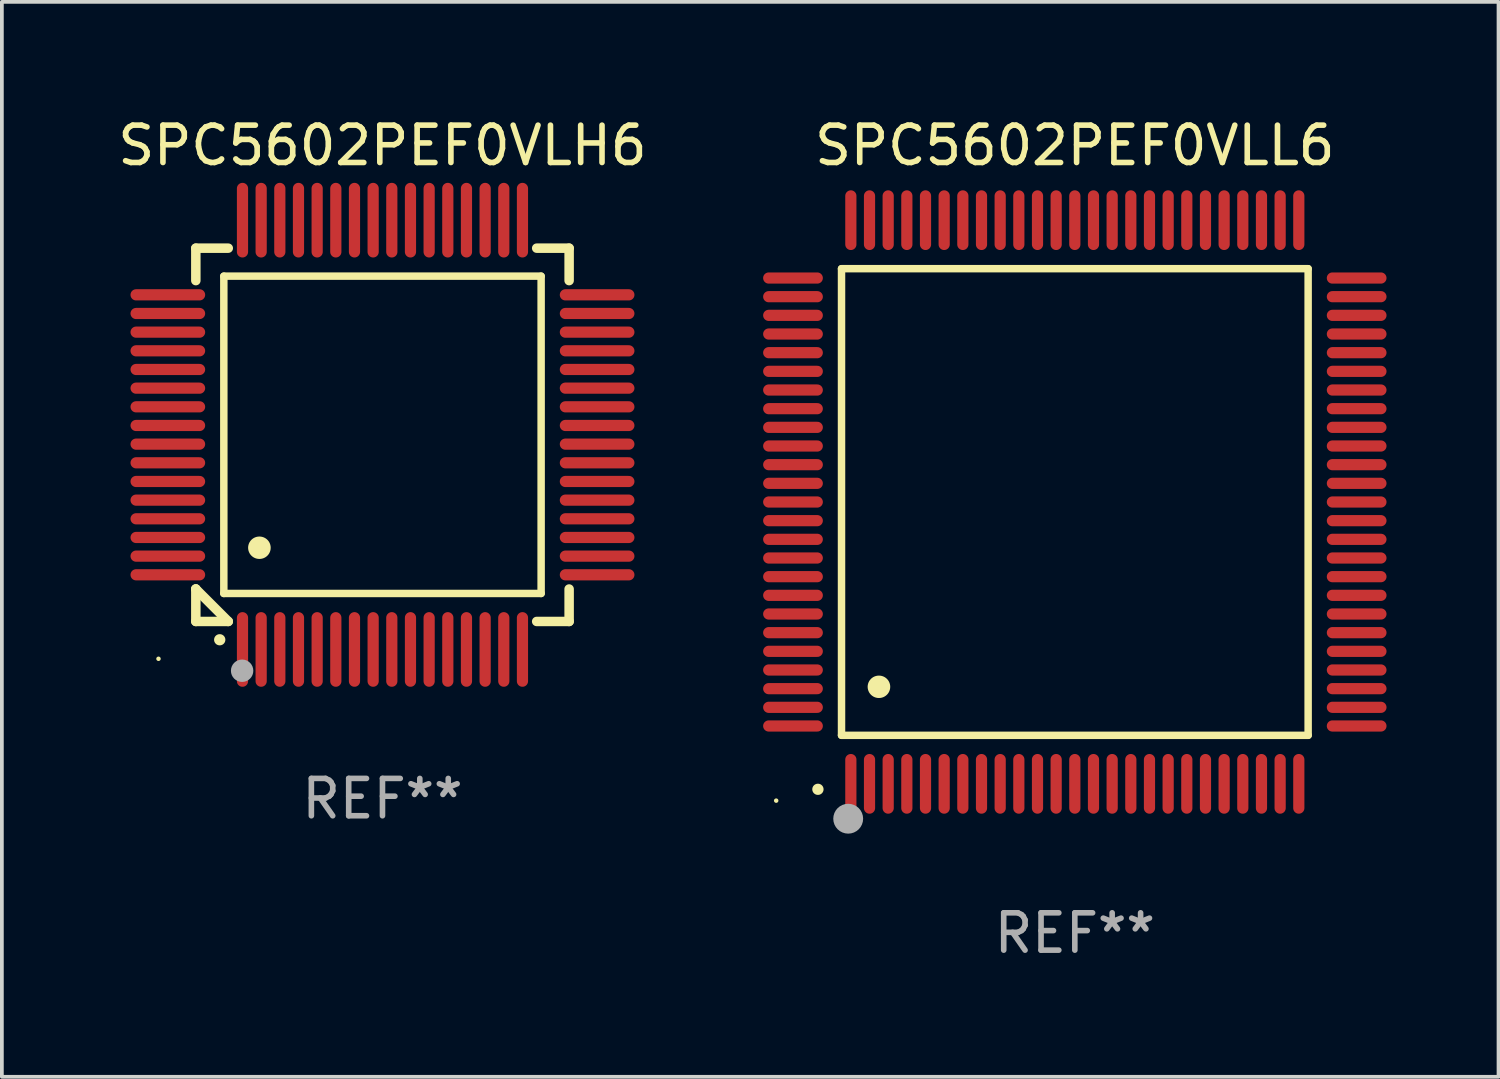
<source format=kicad_pcb>
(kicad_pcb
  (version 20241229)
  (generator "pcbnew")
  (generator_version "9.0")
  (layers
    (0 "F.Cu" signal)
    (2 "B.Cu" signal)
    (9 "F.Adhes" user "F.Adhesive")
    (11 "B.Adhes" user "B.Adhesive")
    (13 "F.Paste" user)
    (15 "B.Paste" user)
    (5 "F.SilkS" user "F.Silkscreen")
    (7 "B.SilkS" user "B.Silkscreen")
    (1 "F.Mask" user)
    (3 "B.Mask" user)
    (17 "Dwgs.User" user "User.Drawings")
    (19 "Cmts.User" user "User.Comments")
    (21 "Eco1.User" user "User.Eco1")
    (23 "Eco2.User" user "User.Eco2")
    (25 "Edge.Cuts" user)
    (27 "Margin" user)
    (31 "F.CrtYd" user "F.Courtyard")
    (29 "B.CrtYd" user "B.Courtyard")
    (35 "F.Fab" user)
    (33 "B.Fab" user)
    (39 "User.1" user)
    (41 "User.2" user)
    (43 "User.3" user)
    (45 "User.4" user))
  (footprint "SPC5602PEF0VLH6"
    (layer "F.Cu")
    (at 7.196 8.598)
    (property "Reference" "SPC5602PEF0VLH6" (at 0 -7.75 0) (layer "F.SilkS") (effects (font (size 1 1) (thickness 0.15))))
    (attr through_hole)
    (fp_line (start -5 -5) (end -4.131 -5) (stroke (width 0.254) (type solid)) (layer "F.SilkS"))
    (fp_line (start -5 -4.131) (end -5 -5) (stroke (width 0.254) (type solid)) (layer "F.SilkS"))
    (fp_line (start -5 4.131) (end -5 4.131) (stroke (width 0.254) (type solid)) (layer "F.SilkS"))
    (fp_line (start -5 5) (end -5 4.131) (stroke (width 0.254) (type solid)) (layer "F.SilkS"))
    (fp_line (start -5 4.131) (end -4.131 5) (stroke (width 0.254) (type solid)) (layer "F.SilkS"))
    (fp_line (start -4.25 -4.25) (end -4.25 4.25) (stroke (width 0.2) (type solid)) (layer "F.SilkS"))
    (fp_line (start -4.25 4.25) (end 4.25 4.25) (stroke (width 0.2) (type solid)) (layer "F.SilkS"))
    (fp_line (start -4.131 5) (end -5 5) (stroke (width 0.254) (type solid)) (layer "F.SilkS"))
    (fp_line (start 4.25 -4.25) (end -4.25 -4.25) (stroke (width 0.2) (type solid)) (layer "F.SilkS"))
    (fp_line (start 4.25 4.25) (end 4.25 -4.25) (stroke (width 0.2) (type solid)) (layer "F.SilkS"))
    (fp_line (start 5 -5) (end 4.131 -5) (stroke (width 0.254) (type solid)) (layer "F.SilkS"))
    (fp_line (start 5 -5) (end 5 -4.131) (stroke (width 0.254) (type solid)) (layer "F.SilkS"))
    (fp_line (start 5 4.131) (end 5 5) (stroke (width 0.254) (type solid)) (layer "F.SilkS"))
    (fp_line (start 5 5) (end 4.131 5) (stroke (width 0.254) (type solid)) (layer "F.SilkS"))
    (fp_arc (start -4.361265 5.489992) (mid -4.359995 5.489987) (end -4.358725 5.489992) (stroke (width 0.3) (type solid)) (layer "F.SilkS"))
    (fp_arc (start -3.299467 3.025146) (mid -3.296927 3.025135) (end -3.294387 3.025146) (stroke (width 0.6) (type solid)) (layer "F.SilkS"))
    (fp_circle (center -6 6) (end -5.97 6) (stroke (width 0.06) (type solid)) (fill no) (layer "F.SilkS"))
    (fp_circle (center -3.76 6.32) (end -3.61 6.32) (stroke (width 0.3) (type solid)) (fill no) (layer "F.Fab"))
    (fp_text user "REF**" (at 0 9.75 0) (layer "F.Fab") (effects (font (size 1 1) (thickness 0.15))))
    (pad "1" smd oval (at -3.75 5.75) (size 0.3 2) (layers "F.Cu" "F.Mask" "F.Paste"))
    (pad "2" smd oval (at -3.25 5.75) (size 0.3 2) (layers "F.Cu" "F.Mask" "F.Paste"))
    (pad "3" smd oval (at -2.75 5.75) (size 0.3 2) (layers "F.Cu" "F.Mask" "F.Paste"))
    (pad "4" smd oval (at -2.25 5.75) (size 0.3 2) (layers "F.Cu" "F.Mask" "F.Paste"))
    (pad "5" smd oval (at -1.75 5.75) (size 0.3 2) (layers "F.Cu" "F.Mask" "F.Paste"))
    (pad "6" smd oval (at -1.25 5.75) (size 0.3 2) (layers "F.Cu" "F.Mask" "F.Paste"))
    (pad "7" smd oval (at -0.75 5.75) (size 0.3 2) (layers "F.Cu" "F.Mask" "F.Paste"))
    (pad "8" smd oval (at -0.25 5.75) (size 0.3 2) (layers "F.Cu" "F.Mask" "F.Paste"))
    (pad "9" smd oval (at 0.25 5.75) (size 0.3 2) (layers "F.Cu" "F.Mask" "F.Paste"))
    (pad "10" smd oval (at 0.75 5.75) (size 0.3 2) (layers "F.Cu" "F.Mask" "F.Paste"))
    (pad "11" smd oval (at 1.25 5.75) (size 0.3 2) (layers "F.Cu" "F.Mask" "F.Paste"))
    (pad "12" smd oval (at 1.75 5.75) (size 0.3 2) (layers "F.Cu" "F.Mask" "F.Paste"))
    (pad "13" smd oval (at 2.25 5.75) (size 0.3 2) (layers "F.Cu" "F.Mask" "F.Paste"))
    (pad "14" smd oval (at 2.75 5.75) (size 0.3 2) (layers "F.Cu" "F.Mask" "F.Paste"))
    (pad "15" smd oval (at 3.25 5.75) (size 0.3 2) (layers "F.Cu" "F.Mask" "F.Paste"))
    (pad "16" smd oval (at 3.75 5.75) (size 0.3 2) (layers "F.Cu" "F.Mask" "F.Paste"))
    (pad "17" smd oval (at 5.75 3.75) (size 2 0.3) (layers "F.Cu" "F.Mask" "F.Paste"))
    (pad "18" smd oval (at 5.75 3.25) (size 2 0.3) (layers "F.Cu" "F.Mask" "F.Paste"))
    (pad "19" smd oval (at 5.75 2.75) (size 2 0.3) (layers "F.Cu" "F.Mask" "F.Paste"))
    (pad "20" smd oval (at 5.75 2.25) (size 2 0.3) (layers "F.Cu" "F.Mask" "F.Paste"))
    (pad "21" smd oval (at 5.75 1.75) (size 2 0.3) (layers "F.Cu" "F.Mask" "F.Paste"))
    (pad "22" smd oval (at 5.75 1.25) (size 2 0.3) (layers "F.Cu" "F.Mask" "F.Paste"))
    (pad "23" smd oval (at 5.75 0.75) (size 2 0.3) (layers "F.Cu" "F.Mask" "F.Paste"))
    (pad "24" smd oval (at 5.75 0.25) (size 2 0.3) (layers "F.Cu" "F.Mask" "F.Paste"))
    (pad "25" smd oval (at 5.75 -0.25) (size 2 0.3) (layers "F.Cu" "F.Mask" "F.Paste"))
    (pad "26" smd oval (at 5.75 -0.75) (size 2 0.3) (layers "F.Cu" "F.Mask" "F.Paste"))
    (pad "27" smd oval (at 5.75 -1.25) (size 2 0.3) (layers "F.Cu" "F.Mask" "F.Paste"))
    (pad "28" smd oval (at 5.75 -1.75) (size 2 0.3) (layers "F.Cu" "F.Mask" "F.Paste"))
    (pad "29" smd oval (at 5.75 -2.25) (size 2 0.3) (layers "F.Cu" "F.Mask" "F.Paste"))
    (pad "30" smd oval (at 5.75 -2.75) (size 2 0.3) (layers "F.Cu" "F.Mask" "F.Paste"))
    (pad "31" smd oval (at 5.75 -3.25) (size 2 0.3) (layers "F.Cu" "F.Mask" "F.Paste"))
    (pad "32" smd oval (at 5.75 -3.75) (size 2 0.3) (layers "F.Cu" "F.Mask" "F.Paste"))
    (pad "33" smd oval (at 3.75 -5.75) (size 0.3 2) (layers "F.Cu" "F.Mask" "F.Paste"))
    (pad "34" smd oval (at 3.25 -5.75) (size 0.3 2) (layers "F.Cu" "F.Mask" "F.Paste"))
    (pad "35" smd oval (at 2.75 -5.75) (size 0.3 2) (layers "F.Cu" "F.Mask" "F.Paste"))
    (pad "36" smd oval (at 2.25 -5.75) (size 0.3 2) (layers "F.Cu" "F.Mask" "F.Paste"))
    (pad "37" smd oval (at 1.75 -5.75) (size 0.3 2) (layers "F.Cu" "F.Mask" "F.Paste"))
    (pad "38" smd oval (at 1.25 -5.75) (size 0.3 2) (layers "F.Cu" "F.Mask" "F.Paste"))
    (pad "39" smd oval (at 0.75 -5.75) (size 0.3 2) (layers "F.Cu" "F.Mask" "F.Paste"))
    (pad "40" smd oval (at 0.25 -5.75) (size 0.3 2) (layers "F.Cu" "F.Mask" "F.Paste"))
    (pad "41" smd oval (at -0.25 -5.75) (size 0.3 2) (layers "F.Cu" "F.Mask" "F.Paste"))
    (pad "42" smd oval (at -0.75 -5.75) (size 0.3 2) (layers "F.Cu" "F.Mask" "F.Paste"))
    (pad "43" smd oval (at -1.25 -5.75) (size 0.3 2) (layers "F.Cu" "F.Mask" "F.Paste"))
    (pad "44" smd oval (at -1.75 -5.75) (size 0.3 2) (layers "F.Cu" "F.Mask" "F.Paste"))
    (pad "45" smd oval (at -2.25 -5.75) (size 0.3 2) (layers "F.Cu" "F.Mask" "F.Paste"))
    (pad "46" smd oval (at -2.75 -5.75) (size 0.3 2) (layers "F.Cu" "F.Mask" "F.Paste"))
    (pad "47" smd oval (at -3.25 -5.75) (size 0.3 2) (layers "F.Cu" "F.Mask" "F.Paste"))
    (pad "48" smd oval (at -3.75 -5.75) (size 0.3 2) (layers "F.Cu" "F.Mask" "F.Paste"))
    (pad "49" smd oval (at -5.75 -3.75) (size 2 0.3) (layers "F.Cu" "F.Mask" "F.Paste"))
    (pad "50" smd oval (at -5.75 -3.25) (size 2 0.3) (layers "F.Cu" "F.Mask" "F.Paste"))
    (pad "51" smd oval (at -5.75 -2.75) (size 2 0.3) (layers "F.Cu" "F.Mask" "F.Paste"))
    (pad "52" smd oval (at -5.75 -2.25) (size 2 0.3) (layers "F.Cu" "F.Mask" "F.Paste"))
    (pad "53" smd oval (at -5.75 -1.75) (size 2 0.3) (layers "F.Cu" "F.Mask" "F.Paste"))
    (pad "54" smd oval (at -5.75 -1.25) (size 2 0.3) (layers "F.Cu" "F.Mask" "F.Paste"))
    (pad "55" smd oval (at -5.75 -0.75) (size 2 0.3) (layers "F.Cu" "F.Mask" "F.Paste"))
    (pad "56" smd oval (at -5.75 -0.25) (size 2 0.3) (layers "F.Cu" "F.Mask" "F.Paste"))
    (pad "57" smd oval (at -5.75 0.25) (size 2 0.3) (layers "F.Cu" "F.Mask" "F.Paste"))
    (pad "58" smd oval (at -5.75 0.75) (size 2 0.3) (layers "F.Cu" "F.Mask" "F.Paste"))
    (pad "59" smd oval (at -5.75 1.25) (size 2 0.3) (layers "F.Cu" "F.Mask" "F.Paste"))
    (pad "60" smd oval (at -5.75 1.75) (size 2 0.3) (layers "F.Cu" "F.Mask" "F.Paste"))
    (pad "61" smd oval (at -5.75 2.25) (size 2 0.3) (layers "F.Cu" "F.Mask" "F.Paste"))
    (pad "62" smd oval (at -5.75 2.75) (size 2 0.3) (layers "F.Cu" "F.Mask" "F.Paste"))
    (pad "63" smd oval (at -5.75 3.25) (size 2 0.3) (layers "F.Cu" "F.Mask" "F.Paste"))
    (pad "64" smd oval (at -5.75 3.75) (size 2 0.3) (layers "F.Cu" "F.Mask" "F.Paste")))
  (footprint "SPC5602PEF0VLL6"
    (layer "F.Cu")
    (at 25.743 10.398)
    (property "Reference" "SPC5602PEF0VLL6" (at 0 -9.55 0) (layer "F.SilkS") (effects (font (size 1 1) (thickness 0.15))))
    (attr through_hole)
    (fp_line (start -6.25 -6.25) (end -6.25 6.25) (stroke (width 0.2) (type solid)) (layer "F.SilkS"))
    (fp_line (start -6.25 6.25) (end 6.25 6.25) (stroke (width 0.2) (type solid)) (layer "F.SilkS"))
    (fp_line (start 6.25 -6.25) (end -6.25 -6.25) (stroke (width 0.2) (type solid)) (layer "F.SilkS"))
    (fp_line (start 6.25 6.25) (end 6.25 -6.25) (stroke (width 0.2) (type solid)) (layer "F.SilkS"))
    (fp_arc (start -6.883414 7.696215) (mid -6.882144 7.69621) (end -6.880874 7.696215) (stroke (width 0.3) (type solid)) (layer "F.SilkS"))
    (fp_arc (start -5.250191 4.95047) (mid -5.247651 4.950459) (end -5.245111 4.95047) (stroke (width 0.6) (type solid)) (layer "F.SilkS"))
    (fp_circle (center -8 8) (end -7.97 8) (stroke (width 0.06) (type solid)) (fill no) (layer "F.SilkS"))
    (fp_circle (center -6.071 8.484) (end -5.871 8.484) (stroke (width 0.4) (type solid)) (fill no) (layer "F.Fab"))
    (fp_text user "REF**" (at 0 11.55 0) (layer "F.Fab") (effects (font (size 1 1) (thickness 0.15))))
    (pad "1" smd oval (at -6 7.55) (size 0.3 1.6) (layers "F.Cu" "F.Mask" "F.Paste"))
    (pad "2" smd oval (at -5.5 7.55) (size 0.3 1.6) (layers "F.Cu" "F.Mask" "F.Paste"))
    (pad "3" smd oval (at -5 7.55) (size 0.3 1.6) (layers "F.Cu" "F.Mask" "F.Paste"))
    (pad "4" smd oval (at -4.5 7.55) (size 0.3 1.6) (layers "F.Cu" "F.Mask" "F.Paste"))
    (pad "5" smd oval (at -4 7.55) (size 0.3 1.6) (layers "F.Cu" "F.Mask" "F.Paste"))
    (pad "6" smd oval (at -3.5 7.55) (size 0.3 1.6) (layers "F.Cu" "F.Mask" "F.Paste"))
    (pad "7" smd oval (at -3 7.55) (size 0.3 1.6) (layers "F.Cu" "F.Mask" "F.Paste"))
    (pad "8" smd oval (at -2.5 7.55) (size 0.3 1.6) (layers "F.Cu" "F.Mask" "F.Paste"))
    (pad "9" smd oval (at -2 7.55) (size 0.3 1.6) (layers "F.Cu" "F.Mask" "F.Paste"))
    (pad "10" smd oval (at -1.5 7.55) (size 0.3 1.6) (layers "F.Cu" "F.Mask" "F.Paste"))
    (pad "11" smd oval (at -1 7.55) (size 0.3 1.6) (layers "F.Cu" "F.Mask" "F.Paste"))
    (pad "12" smd oval (at -0.5 7.55) (size 0.3 1.6) (layers "F.Cu" "F.Mask" "F.Paste"))
    (pad "13" smd oval (at 0 7.55) (size 0.3 1.6) (layers "F.Cu" "F.Mask" "F.Paste"))
    (pad "14" smd oval (at 0.5 7.55) (size 0.3 1.6) (layers "F.Cu" "F.Mask" "F.Paste"))
    (pad "15" smd oval (at 1 7.55) (size 0.3 1.6) (layers "F.Cu" "F.Mask" "F.Paste"))
    (pad "16" smd oval (at 1.5 7.55) (size 0.3 1.6) (layers "F.Cu" "F.Mask" "F.Paste"))
    (pad "17" smd oval (at 2 7.55) (size 0.3 1.6) (layers "F.Cu" "F.Mask" "F.Paste"))
    (pad "18" smd oval (at 2.5 7.55) (size 0.3 1.6) (layers "F.Cu" "F.Mask" "F.Paste"))
    (pad "19" smd oval (at 3 7.55) (size 0.3 1.6) (layers "F.Cu" "F.Mask" "F.Paste"))
    (pad "20" smd oval (at 3.5 7.55) (size 0.3 1.6) (layers "F.Cu" "F.Mask" "F.Paste"))
    (pad "21" smd oval (at 4 7.55) (size 0.3 1.6) (layers "F.Cu" "F.Mask" "F.Paste"))
    (pad "22" smd oval (at 4.5 7.55) (size 0.3 1.6) (layers "F.Cu" "F.Mask" "F.Paste"))
    (pad "23" smd oval (at 5 7.55) (size 0.3 1.6) (layers "F.Cu" "F.Mask" "F.Paste"))
    (pad "24" smd oval (at 5.5 7.55) (size 0.3 1.6) (layers "F.Cu" "F.Mask" "F.Paste"))
    (pad "25" smd oval (at 6 7.55) (size 0.3 1.6) (layers "F.Cu" "F.Mask" "F.Paste"))
    (pad "26" smd oval (at 7.55 6) (size 1.6 0.3) (layers "F.Cu" "F.Mask" "F.Paste"))
    (pad "27" smd oval (at 7.55 5.5) (size 1.6 0.3) (layers "F.Cu" "F.Mask" "F.Paste"))
    (pad "28" smd oval (at 7.55 5) (size 1.6 0.3) (layers "F.Cu" "F.Mask" "F.Paste"))
    (pad "29" smd oval (at 7.55 4.5) (size 1.6 0.3) (layers "F.Cu" "F.Mask" "F.Paste"))
    (pad "30" smd oval (at 7.55 4) (size 1.6 0.3) (layers "F.Cu" "F.Mask" "F.Paste"))
    (pad "31" smd oval (at 7.55 3.5) (size 1.6 0.3) (layers "F.Cu" "F.Mask" "F.Paste"))
    (pad "32" smd oval (at 7.55 3) (size 1.6 0.3) (layers "F.Cu" "F.Mask" "F.Paste"))
    (pad "33" smd oval (at 7.55 2.5) (size 1.6 0.3) (layers "F.Cu" "F.Mask" "F.Paste"))
    (pad "34" smd oval (at 7.55 2) (size 1.6 0.3) (layers "F.Cu" "F.Mask" "F.Paste"))
    (pad "35" smd oval (at 7.55 1.5) (size 1.6 0.3) (layers "F.Cu" "F.Mask" "F.Paste"))
    (pad "36" smd oval (at 7.55 1) (size 1.6 0.3) (layers "F.Cu" "F.Mask" "F.Paste"))
    (pad "37" smd oval (at 7.55 0.5) (size 1.6 0.3) (layers "F.Cu" "F.Mask" "F.Paste"))
    (pad "38" smd oval (at 7.55 0) (size 1.6 0.3) (layers "F.Cu" "F.Mask" "F.Paste"))
    (pad "39" smd oval (at 7.55 -0.5) (size 1.6 0.3) (layers "F.Cu" "F.Mask" "F.Paste"))
    (pad "40" smd oval (at 7.55 -1) (size 1.6 0.3) (layers "F.Cu" "F.Mask" "F.Paste"))
    (pad "41" smd oval (at 7.55 -1.5) (size 1.6 0.3) (layers "F.Cu" "F.Mask" "F.Paste"))
    (pad "42" smd oval (at 7.55 -2) (size 1.6 0.3) (layers "F.Cu" "F.Mask" "F.Paste"))
    (pad "43" smd oval (at 7.55 -2.5) (size 1.6 0.3) (layers "F.Cu" "F.Mask" "F.Paste"))
    (pad "44" smd oval (at 7.55 -3) (size 1.6 0.3) (layers "F.Cu" "F.Mask" "F.Paste"))
    (pad "45" smd oval (at 7.55 -3.5) (size 1.6 0.3) (layers "F.Cu" "F.Mask" "F.Paste"))
    (pad "46" smd oval (at 7.55 -4) (size 1.6 0.3) (layers "F.Cu" "F.Mask" "F.Paste"))
    (pad "47" smd oval (at 7.55 -4.5) (size 1.6 0.3) (layers "F.Cu" "F.Mask" "F.Paste"))
    (pad "48" smd oval (at 7.55 -5) (size 1.6 0.3) (layers "F.Cu" "F.Mask" "F.Paste"))
    (pad "49" smd oval (at 7.55 -5.5) (size 1.6 0.3) (layers "F.Cu" "F.Mask" "F.Paste"))
    (pad "50" smd oval (at 7.55 -6) (size 1.6 0.3) (layers "F.Cu" "F.Mask" "F.Paste"))
    (pad "51" smd oval (at 6 -7.55) (size 0.3 1.6) (layers "F.Cu" "F.Mask" "F.Paste"))
    (pad "52" smd oval (at 5.5 -7.55) (size 0.3 1.6) (layers "F.Cu" "F.Mask" "F.Paste"))
    (pad "53" smd oval (at 5 -7.55) (size 0.3 1.6) (layers "F.Cu" "F.Mask" "F.Paste"))
    (pad "54" smd oval (at 4.5 -7.55) (size 0.3 1.6) (layers "F.Cu" "F.Mask" "F.Paste"))
    (pad "55" smd oval (at 4 -7.55) (size 0.3 1.6) (layers "F.Cu" "F.Mask" "F.Paste"))
    (pad "56" smd oval (at 3.5 -7.55) (size 0.3 1.6) (layers "F.Cu" "F.Mask" "F.Paste"))
    (pad "57" smd oval (at 3 -7.55) (size 0.3 1.6) (layers "F.Cu" "F.Mask" "F.Paste"))
    (pad "58" smd oval (at 2.5 -7.55) (size 0.3 1.6) (layers "F.Cu" "F.Mask" "F.Paste"))
    (pad "59" smd oval (at 2 -7.55) (size 0.3 1.6) (layers "F.Cu" "F.Mask" "F.Paste"))
    (pad "60" smd oval (at 1.5 -7.55) (size 0.3 1.6) (layers "F.Cu" "F.Mask" "F.Paste"))
    (pad "61" smd oval (at 1 -7.55) (size 0.3 1.6) (layers "F.Cu" "F.Mask" "F.Paste"))
    (pad "62" smd oval (at 0.5 -7.55) (size 0.3 1.6) (layers "F.Cu" "F.Mask" "F.Paste"))
    (pad "63" smd oval (at 0 -7.55) (size 0.3 1.6) (layers "F.Cu" "F.Mask" "F.Paste"))
    (pad "64" smd oval (at -0.5 -7.55) (size 0.3 1.6) (layers "F.Cu" "F.Mask" "F.Paste"))
    (pad "65" smd oval (at -1 -7.55) (size 0.3 1.6) (layers "F.Cu" "F.Mask" "F.Paste"))
    (pad "66" smd oval (at -1.5 -7.55) (size 0.3 1.6) (layers "F.Cu" "F.Mask" "F.Paste"))
    (pad "67" smd oval (at -2 -7.55) (size 0.3 1.6) (layers "F.Cu" "F.Mask" "F.Paste"))
    (pad "68" smd oval (at -2.5 -7.55) (size 0.3 1.6) (layers "F.Cu" "F.Mask" "F.Paste"))
    (pad "69" smd oval (at -3 -7.55) (size 0.3 1.6) (layers "F.Cu" "F.Mask" "F.Paste"))
    (pad "70" smd oval (at -3.5 -7.55) (size 0.3 1.6) (layers "F.Cu" "F.Mask" "F.Paste"))
    (pad "71" smd oval (at -4 -7.55) (size 0.3 1.6) (layers "F.Cu" "F.Mask" "F.Paste"))
    (pad "72" smd oval (at -4.5 -7.55) (size 0.3 1.6) (layers "F.Cu" "F.Mask" "F.Paste"))
    (pad "73" smd oval (at -5 -7.55) (size 0.3 1.6) (layers "F.Cu" "F.Mask" "F.Paste"))
    (pad "74" smd oval (at -5.5 -7.55) (size 0.3 1.6) (layers "F.Cu" "F.Mask" "F.Paste"))
    (pad "75" smd oval (at -6 -7.55) (size 0.3 1.6) (layers "F.Cu" "F.Mask" "F.Paste"))
    (pad "76" smd oval (at -7.55 -6) (size 1.6 0.3) (layers "F.Cu" "F.Mask" "F.Paste"))
    (pad "77" smd oval (at -7.55 -5.5) (size 1.6 0.3) (layers "F.Cu" "F.Mask" "F.Paste"))
    (pad "78" smd oval (at -7.55 -5) (size 1.6 0.3) (layers "F.Cu" "F.Mask" "F.Paste"))
    (pad "79" smd oval (at -7.55 -4.5) (size 1.6 0.3) (layers "F.Cu" "F.Mask" "F.Paste"))
    (pad "80" smd oval (at -7.55 -4) (size 1.6 0.3) (layers "F.Cu" "F.Mask" "F.Paste"))
    (pad "81" smd oval (at -7.55 -3.5) (size 1.6 0.3) (layers "F.Cu" "F.Mask" "F.Paste"))
    (pad "82" smd oval (at -7.55 -3) (size 1.6 0.3) (layers "F.Cu" "F.Mask" "F.Paste"))
    (pad "83" smd oval (at -7.55 -2.5) (size 1.6 0.3) (layers "F.Cu" "F.Mask" "F.Paste"))
    (pad "84" smd oval (at -7.55 -2) (size 1.6 0.3) (layers "F.Cu" "F.Mask" "F.Paste"))
    (pad "85" smd oval (at -7.55 -1.5) (size 1.6 0.3) (layers "F.Cu" "F.Mask" "F.Paste"))
    (pad "86" smd oval (at -7.55 -1) (size 1.6 0.3) (layers "F.Cu" "F.Mask" "F.Paste"))
    (pad "87" smd oval (at -7.55 -0.5) (size 1.6 0.3) (layers "F.Cu" "F.Mask" "F.Paste"))
    (pad "88" smd oval (at -7.55 0) (size 1.6 0.3) (layers "F.Cu" "F.Mask" "F.Paste"))
    (pad "89" smd oval (at -7.55 0.5) (size 1.6 0.3) (layers "F.Cu" "F.Mask" "F.Paste"))
    (pad "90" smd oval (at -7.55 1) (size 1.6 0.3) (layers "F.Cu" "F.Mask" "F.Paste"))
    (pad "91" smd oval (at -7.55 1.5) (size 1.6 0.3) (layers "F.Cu" "F.Mask" "F.Paste"))
    (pad "92" smd oval (at -7.55 2) (size 1.6 0.3) (layers "F.Cu" "F.Mask" "F.Paste"))
    (pad "93" smd oval (at -7.55 2.5) (size 1.6 0.3) (layers "F.Cu" "F.Mask" "F.Paste"))
    (pad "94" smd oval (at -7.55 3) (size 1.6 0.3) (layers "F.Cu" "F.Mask" "F.Paste"))
    (pad "95" smd oval (at -7.55 3.5) (size 1.6 0.3) (layers "F.Cu" "F.Mask" "F.Paste"))
    (pad "96" smd oval (at -7.55 4) (size 1.6 0.3) (layers "F.Cu" "F.Mask" "F.Paste"))
    (pad "97" smd oval (at -7.55 4.5) (size 1.6 0.3) (layers "F.Cu" "F.Mask" "F.Paste"))
    (pad "98" smd oval (at -7.55 5) (size 1.6 0.3) (layers "F.Cu" "F.Mask" "F.Paste"))
    (pad "99" smd oval (at -7.55 5.5) (size 1.6 0.3) (layers "F.Cu" "F.Mask" "F.Paste"))
    (pad "100" smd oval (at -7.55 6) (size 1.6 0.3) (layers "F.Cu" "F.Mask" "F.Paste")))
  (gr_rect
    (start -3 -3)
    (end 37.093 25.796)
    (stroke (width 0.1) (type default))
    (fill no)
    (layer "Edge.Cuts")))
</source>
